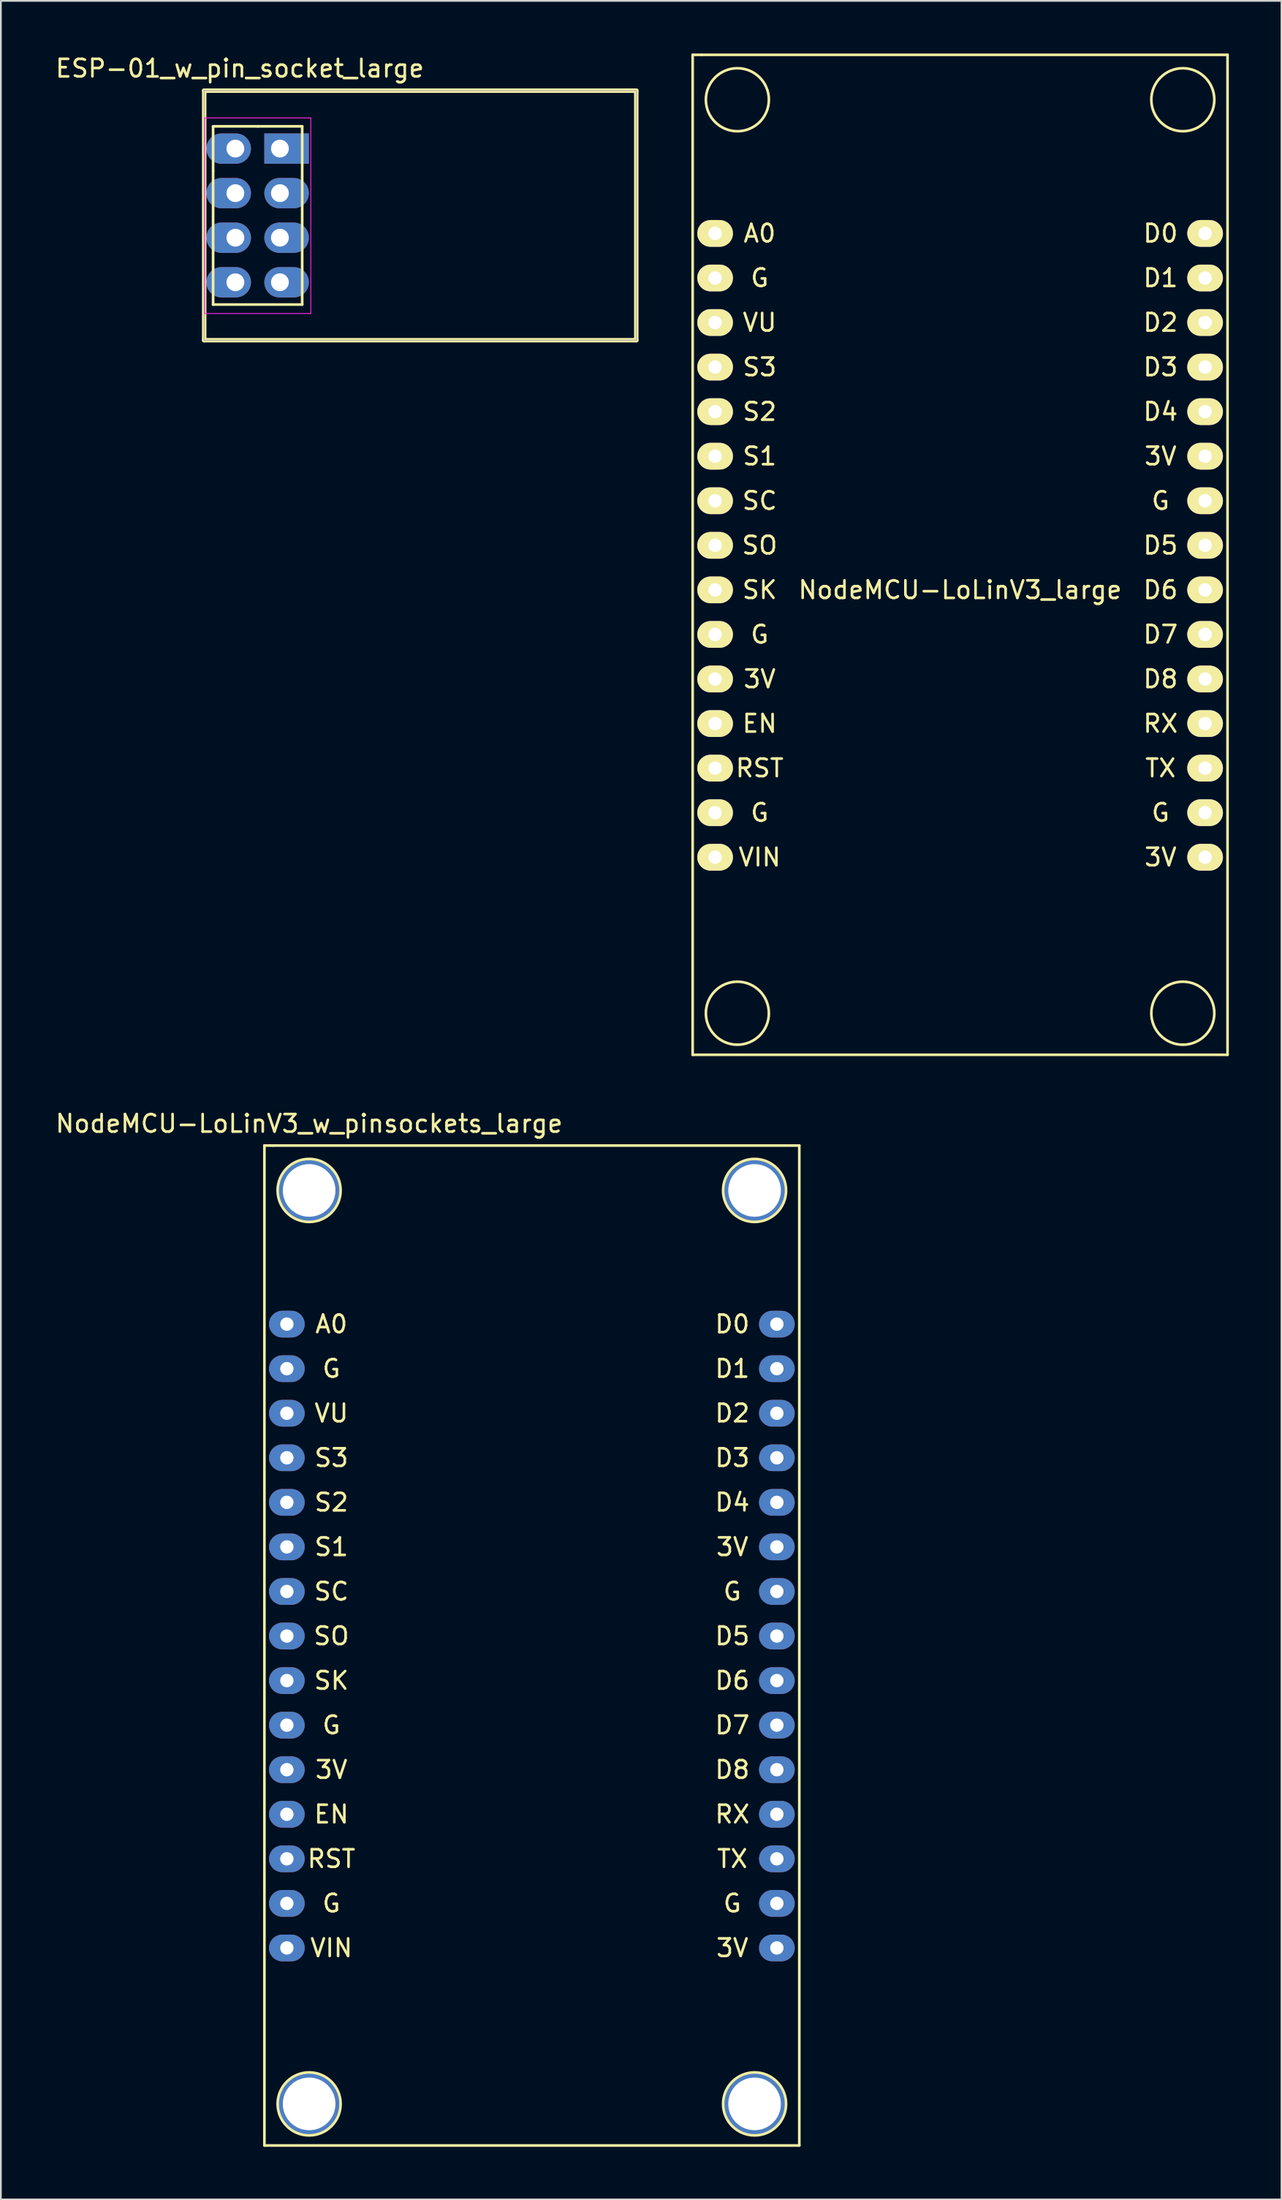
<source format=kicad_pcb>
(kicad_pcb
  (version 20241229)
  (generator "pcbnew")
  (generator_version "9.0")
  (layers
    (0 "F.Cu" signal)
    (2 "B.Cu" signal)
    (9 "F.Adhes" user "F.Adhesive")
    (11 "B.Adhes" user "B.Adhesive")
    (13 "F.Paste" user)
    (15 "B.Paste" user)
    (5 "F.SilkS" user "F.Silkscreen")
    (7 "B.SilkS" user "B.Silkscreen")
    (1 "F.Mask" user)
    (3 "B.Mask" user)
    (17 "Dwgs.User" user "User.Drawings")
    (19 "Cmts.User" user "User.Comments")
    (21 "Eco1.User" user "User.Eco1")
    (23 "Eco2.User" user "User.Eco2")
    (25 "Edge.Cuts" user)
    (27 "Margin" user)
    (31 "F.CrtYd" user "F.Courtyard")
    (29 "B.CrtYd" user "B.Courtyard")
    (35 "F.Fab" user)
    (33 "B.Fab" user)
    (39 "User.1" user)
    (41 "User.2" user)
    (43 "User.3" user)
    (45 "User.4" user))
  (footprint "NodeMCU-LoLinV3_large"
    (layer "F.Cu")
    (at 51.696 30.575)
    (property "Reference" "NodeMCU-LoLinV3_large" (at 0 0 0) (layer "F.SilkS") (effects (font (size 1 1) (thickness 0.15))))
    (attr through_hole)
    (fp_line (start -15.25 -30.5) (end -15.25 26.5) (stroke (width 0.15) (type solid)) (layer "F.SilkS"))
    (fp_line (start -15.25 26.5) (end 15.25 26.5) (stroke (width 0.15) (type solid)) (layer "F.SilkS"))
    (fp_line (start -14.75 -30.5) (end -15.25 -30.5) (stroke (width 0.15) (type solid)) (layer "F.SilkS"))
    (fp_line (start 15.25 -30.5) (end -14.75 -30.5) (stroke (width 0.15) (type solid)) (layer "F.SilkS"))
    (fp_line (start 15.25 26.5) (end 15.25 -30.5) (stroke (width 0.15) (type solid)) (layer "F.SilkS"))
    (fp_circle (center -12.7 -27.94) (end -11.43 -29.21) (stroke (width 0.15) (type solid)) (fill no) (layer "F.SilkS"))
    (fp_circle (center -12.7 24.13) (end -11.43 22.86) (stroke (width 0.15) (type solid)) (fill no) (layer "F.SilkS"))
    (fp_circle (center 12.7 -27.94) (end 13.97 -29.21) (stroke (width 0.15) (type solid)) (fill no) (layer "F.SilkS"))
    (fp_circle (center 12.7 24.13) (end 13.97 22.86) (stroke (width 0.15) (type solid)) (fill no) (layer "F.SilkS"))
    (fp_text user "D0" (at 11.43 -20.32 0) (layer "F.SilkS") (effects (font (size 1 1) (thickness 0.15))))
    (fp_text user "RST" (at -11.43 10.16 0) (layer "F.SilkS") (effects (font (size 1 1) (thickness 0.15))))
    (fp_text user "D2" (at 11.43 -15.24 0) (layer "F.SilkS") (effects (font (size 1 1) (thickness 0.15))))
    (fp_text user "SO" (at -11.43 -2.54 0) (layer "F.SilkS") (effects (font (size 1 1) (thickness 0.15))))
    (fp_text user "G" (at 11.43 12.7 0) (layer "F.SilkS") (effects (font (size 1 1) (thickness 0.15))))
    (fp_text user "VU" (at -11.43 -15.24 0) (layer "F.SilkS") (effects (font (size 1 1) (thickness 0.15))))
    (fp_text user "D8" (at 11.43 5.08 0) (layer "F.SilkS") (effects (font (size 1 1) (thickness 0.15))))
    (fp_text user "VIN" (at -11.43 15.24 0) (layer "F.SilkS") (effects (font (size 1 1) (thickness 0.15))))
    (fp_text user "G" (at -11.43 12.7 0) (layer "F.SilkS") (effects (font (size 1 1) (thickness 0.15))))
    (fp_text user "G" (at 11.43 -5.08 0) (layer "F.SilkS") (effects (font (size 1 1) (thickness 0.15))))
    (fp_text user "3V" (at 11.43 -7.62 0) (layer "F.SilkS") (effects (font (size 1 1) (thickness 0.15))))
    (fp_text user "D1" (at 11.43 -17.78 0) (layer "F.SilkS") (effects (font (size 1 1) (thickness 0.15))))
    (fp_text user "EN" (at -11.43 7.62 0) (layer "F.SilkS") (effects (font (size 1 1) (thickness 0.15))))
    (fp_text user "SC" (at -11.43 -5.08 0) (layer "F.SilkS") (effects (font (size 1 1) (thickness 0.15))))
    (fp_text user "G" (at -11.43 2.54 0) (layer "F.SilkS") (effects (font (size 1 1) (thickness 0.15))))
    (fp_text user "3V" (at 11.43 15.24 0) (layer "F.SilkS") (effects (font (size 1 1) (thickness 0.15))))
    (fp_text user "D7" (at 11.43 2.54 0) (layer "F.SilkS") (effects (font (size 1 1) (thickness 0.15))))
    (fp_text user "SK" (at -11.43 0 0) (layer "F.SilkS") (effects (font (size 1 1) (thickness 0.15))))
    (fp_text user "3V" (at -11.43 5.08 0) (layer "F.SilkS") (effects (font (size 1 1) (thickness 0.15))))
    (fp_text user "TX" (at 11.43 10.16 0) (layer "F.SilkS") (effects (font (size 1 1) (thickness 0.15))))
    (fp_text user "D5" (at 11.43 -2.54 0) (layer "F.SilkS") (effects (font (size 1 1) (thickness 0.15))))
    (fp_text user "S3" (at -11.43 -12.7 0) (layer "F.SilkS") (effects (font (size 1 1) (thickness 0.15))))
    (fp_text user "A0" (at -11.43 -20.32 0) (layer "F.SilkS") (effects (font (size 1 1) (thickness 0.15))))
    (fp_text user "S1" (at -11.43 -7.62 0) (layer "F.SilkS") (effects (font (size 1 1) (thickness 0.15))))
    (fp_text user "D3" (at 11.43 -12.7 0) (layer "F.SilkS") (effects (font (size 1 1) (thickness 0.15))))
    (fp_text user "RX" (at 11.43 7.62 0) (layer "F.SilkS") (effects (font (size 1 1) (thickness 0.15))))
    (fp_text user "S2" (at -11.43 -10.16 0) (layer "F.SilkS") (effects (font (size 1 1) (thickness 0.15))))
    (fp_text user "D4" (at 11.43 -10.16 0) (layer "F.SilkS") (effects (font (size 1 1) (thickness 0.15))))
    (fp_text user "D6" (at 11.43 0 0) (layer "F.SilkS") (effects (font (size 1 1) (thickness 0.15))))
    (fp_text user "G" (at -11.43 -17.78 0) (layer "F.SilkS") (effects (font (size 1 1) (thickness 0.15))))
    (pad "1" thru_hole oval (at -13.97 -20.32) (size 2.032 1.524) (drill 0.762) (layers "*.Cu" "*.Mask" "F.SilkS"))
    (pad "2" thru_hole oval (at -13.97 -17.78) (size 2.032 1.524) (drill 0.762) (layers "*.Cu" "*.Mask" "F.SilkS"))
    (pad "3" thru_hole oval (at -13.97 -15.24) (size 2.032 1.524) (drill 0.762) (layers "*.Cu" "*.Mask" "F.SilkS"))
    (pad "4" thru_hole oval (at -13.97 -12.7) (size 2.032 1.524) (drill 0.762) (layers "*.Cu" "*.Mask" "F.SilkS"))
    (pad "5" thru_hole oval (at -13.97 -10.16) (size 2.032 1.524) (drill 0.762) (layers "*.Cu" "*.Mask" "F.SilkS"))
    (pad "6" thru_hole oval (at -13.97 -7.62) (size 2.032 1.524) (drill 0.762) (layers "*.Cu" "*.Mask" "F.SilkS"))
    (pad "7" thru_hole oval (at -13.97 -5.08) (size 2.032 1.524) (drill 0.762) (layers "*.Cu" "*.Mask" "F.SilkS"))
    (pad "8" thru_hole oval (at -13.97 -2.54) (size 2.032 1.524) (drill 0.762) (layers "*.Cu" "*.Mask" "F.SilkS"))
    (pad "9" thru_hole oval (at -13.97 0) (size 2.032 1.524) (drill 0.762) (layers "*.Cu" "*.Mask" "F.SilkS"))
    (pad "10" thru_hole oval (at -13.97 2.54) (size 2.032 1.524) (drill 0.762) (layers "*.Cu" "*.Mask" "F.SilkS"))
    (pad "11" thru_hole oval (at -13.97 5.08) (size 2.032 1.524) (drill 0.762) (layers "*.Cu" "*.Mask" "F.SilkS"))
    (pad "12" thru_hole oval (at -13.97 7.62) (size 2.032 1.524) (drill 0.762) (layers "*.Cu" "*.Mask" "F.SilkS"))
    (pad "13" thru_hole oval (at -13.97 10.16) (size 2.032 1.524) (drill 0.762) (layers "*.Cu" "*.Mask" "F.SilkS"))
    (pad "14" thru_hole oval (at -13.97 12.7) (size 2.032 1.524) (drill 0.762) (layers "*.Cu" "*.Mask" "F.SilkS"))
    (pad "15" thru_hole oval (at -13.97 15.24) (size 2.032 1.524) (drill 0.762) (layers "*.Cu" "*.Mask" "F.SilkS"))
    (pad "16" thru_hole oval (at 13.97 15.24) (size 2.032 1.524) (drill 0.762) (layers "*.Cu" "*.Mask" "F.SilkS"))
    (pad "17" thru_hole oval (at 13.97 12.7) (size 2.032 1.524) (drill 0.762) (layers "*.Cu" "*.Mask" "F.SilkS"))
    (pad "18" thru_hole oval (at 13.97 10.16) (size 2.032 1.524) (drill 0.762) (layers "*.Cu" "*.Mask" "F.SilkS"))
    (pad "19" thru_hole oval (at 13.97 7.62) (size 2.032 1.524) (drill 0.762) (layers "*.Cu" "*.Mask" "F.SilkS"))
    (pad "20" thru_hole oval (at 13.97 5.08) (size 2.032 1.524) (drill 0.762) (layers "*.Cu" "*.Mask" "F.SilkS"))
    (pad "21" thru_hole oval (at 13.97 2.54) (size 2.032 1.524) (drill 0.762) (layers "*.Cu" "*.Mask" "F.SilkS"))
    (pad "22" thru_hole oval (at 13.97 0) (size 2.032 1.524) (drill 0.762) (layers "*.Cu" "*.Mask" "F.SilkS"))
    (pad "23" thru_hole oval (at 13.97 -2.54) (size 2.032 1.524) (drill 0.762) (layers "*.Cu" "*.Mask" "F.SilkS"))
    (pad "24" thru_hole oval (at 13.97 -5.08) (size 2.032 1.524) (drill 0.762) (layers "*.Cu" "*.Mask" "F.SilkS"))
    (pad "25" thru_hole oval (at 13.97 -7.62) (size 2.032 1.524) (drill 0.762) (layers "*.Cu" "*.Mask" "F.SilkS"))
    (pad "26" thru_hole oval (at 13.97 -10.16) (size 2.032 1.524) (drill 0.762) (layers "*.Cu" "*.Mask" "F.SilkS"))
    (pad "27" thru_hole oval (at 13.97 -12.7) (size 2.032 1.524) (drill 0.762) (layers "*.Cu" "*.Mask" "F.SilkS"))
    (pad "28" thru_hole oval (at 13.97 -15.24) (size 2.032 1.524) (drill 0.762) (layers "*.Cu" "*.Mask" "F.SilkS"))
    (pad "29" thru_hole oval (at 13.97 -17.78) (size 2.032 1.524) (drill 0.762) (layers "*.Cu" "*.Mask" "F.SilkS"))
    (pad "30" thru_hole oval (at 13.97 -20.32) (size 2.032 1.524) (drill 0.762) (layers "*.Cu" "*.Mask" "F.SilkS")))
  (footprint "NodeMCU-LoLinV3_w_pinsockets_large"
    (layer "F.Cu")
    (at 13.307 72.428)
    (property "Reference" "NodeMCU-LoLinV3_w_pinsockets_large" (at 1.27 -11.43 0) (layer "F.SilkS") (effects (font (size 1 1) (thickness 0.15))))
    (attr through_hole)
    (fp_line (start -1.28 -10.18) (end -1.28 46.82) (stroke (width 0.15) (type solid)) (layer "F.SilkS"))
    (fp_line (start -1.28 46.82) (end 29.22 46.82) (stroke (width 0.15) (type solid)) (layer "F.SilkS"))
    (fp_line (start -0.78 -10.18) (end -1.28 -10.18) (stroke (width 0.15) (type solid)) (layer "F.SilkS"))
    (fp_line (start 29.22 -10.18) (end -0.78 -10.18) (stroke (width 0.15) (type solid)) (layer "F.SilkS"))
    (fp_line (start 29.22 46.82) (end 29.22 -10.18) (stroke (width 0.15) (type solid)) (layer "F.SilkS"))
    (fp_circle (center 1.27 -7.62) (end 2.54 -8.89) (stroke (width 0.15) (type solid)) (fill no) (layer "F.SilkS"))
    (fp_circle (center 1.27 44.45) (end 2.54 43.18) (stroke (width 0.15) (type solid)) (fill no) (layer "F.SilkS"))
    (fp_circle (center 26.67 -7.62) (end 27.94 -8.89) (stroke (width 0.15) (type solid)) (fill no) (layer "F.SilkS"))
    (fp_circle (center 26.67 44.45) (end 27.94 43.18) (stroke (width 0.15) (type solid)) (fill no) (layer "F.SilkS"))
    (fp_text user "G" (at 25.4 15.24 0) (layer "F.SilkS") (effects (font (size 1 1) (thickness 0.15))))
    (fp_text user "EN" (at 2.54 27.94 0) (layer "F.SilkS") (effects (font (size 1 1) (thickness 0.15))))
    (fp_text user "D5" (at 25.4 17.78 0) (layer "F.SilkS") (effects (font (size 1 1) (thickness 0.15))))
    (fp_text user "D4" (at 25.4 10.16 0) (layer "F.SilkS") (effects (font (size 1 1) (thickness 0.15))))
    (fp_text user "D7" (at 25.4 22.86 0) (layer "F.SilkS") (effects (font (size 1 1) (thickness 0.15))))
    (fp_text user "3V" (at 25.4 35.56 0) (layer "F.SilkS") (effects (font (size 1 1) (thickness 0.15))))
    (fp_text user "G" (at 25.4 33.02 0) (layer "F.SilkS") (effects (font (size 1 1) (thickness 0.15))))
    (fp_text user "D8" (at 25.4 25.4 0) (layer "F.SilkS") (effects (font (size 1 1) (thickness 0.15))))
    (fp_text user "S2" (at 2.54 10.16 0) (layer "F.SilkS") (effects (font (size 1 1) (thickness 0.15))))
    (fp_text user "D3" (at 25.4 7.62 0) (layer "F.SilkS") (effects (font (size 1 1) (thickness 0.15))))
    (fp_text user "S3" (at 2.54 7.62 0) (layer "F.SilkS") (effects (font (size 1 1) (thickness 0.15))))
    (fp_text user "RST" (at 2.54 30.48 0) (layer "F.SilkS") (effects (font (size 1 1) (thickness 0.15))))
    (fp_text user "3V" (at 2.54 25.4 0) (layer "F.SilkS") (effects (font (size 1 1) (thickness 0.15))))
    (fp_text user "D6" (at 25.4 20.32 0) (layer "F.SilkS") (effects (font (size 1 1) (thickness 0.15))))
    (fp_text user "VU" (at 2.54 5.08 0) (layer "F.SilkS") (effects (font (size 1 1) (thickness 0.15))))
    (fp_text user "D1" (at 25.4 2.54 0) (layer "F.SilkS") (effects (font (size 1 1) (thickness 0.15))))
    (fp_text user "G" (at 2.54 22.86 0) (layer "F.SilkS") (effects (font (size 1 1) (thickness 0.15))))
    (fp_text user "SK" (at 2.54 20.32 0) (layer "F.SilkS") (effects (font (size 1 1) (thickness 0.15))))
    (fp_text user "SO" (at 2.54 17.78 0) (layer "F.SilkS") (effects (font (size 1 1) (thickness 0.15))))
    (fp_text user "S1" (at 2.54 12.7 0) (layer "F.SilkS") (effects (font (size 1 1) (thickness 0.15))))
    (fp_text user "VIN" (at 2.54 35.56 0) (layer "F.SilkS") (effects (font (size 1 1) (thickness 0.15))))
    (fp_text user "A0" (at 2.54 0 0) (layer "F.SilkS") (effects (font (size 1 1) (thickness 0.15))))
    (fp_text user "SC" (at 2.54 15.24 0) (layer "F.SilkS") (effects (font (size 1 1) (thickness 0.15))))
    (fp_text user "TX" (at 25.4 30.48 0) (layer "F.SilkS") (effects (font (size 1 1) (thickness 0.15))))
    (fp_text user "D2" (at 25.4 5.08 0) (layer "F.SilkS") (effects (font (size 1 1) (thickness 0.15))))
    (fp_text user "G" (at 2.54 2.54 0) (layer "F.SilkS") (effects (font (size 1 1) (thickness 0.15))))
    (fp_text user "3V" (at 25.4 12.7 0) (layer "F.SilkS") (effects (font (size 1 1) (thickness 0.15))))
    (fp_text user "D0" (at 25.4 0 0) (layer "F.SilkS") (effects (font (size 1 1) (thickness 0.15))))
    (fp_text user "RX" (at 25.4 27.94 0) (layer "F.SilkS") (effects (font (size 1 1) (thickness 0.15))))
    (fp_text user "G" (at 2.54 33.02 0) (layer "F.SilkS") (effects (font (size 1 1) (thickness 0.15))))
    (pad "" np_thru_hole circle (at 1.27 -7.62) (size 3.5 3.5) (drill 3) (layers "*.Cu" "*.Mask"))
    (pad "" np_thru_hole circle (at 1.27 44.45) (size 3.5 3.5) (drill 3) (layers "*.Cu" "*.Mask"))
    (pad "" np_thru_hole circle (at 26.67 -7.62) (size 3.5 3.5) (drill 3) (layers "*.Cu" "*.Mask"))
    (pad "" np_thru_hole circle (at 26.67 44.45) (size 3.5 3.5) (drill 3) (layers "*.Cu" "*.Mask"))
    (pad "1" thru_hole oval (at 0 0) (size 2.032 1.524) (drill 0.762) (layers "*.Cu" "*.Mask"))
    (pad "2" thru_hole oval (at 0 2.54) (size 2.032 1.524) (drill 0.762) (layers "*.Cu" "*.Mask"))
    (pad "3" thru_hole oval (at 0 5.08) (size 2.032 1.524) (drill 0.762) (layers "*.Cu" "*.Mask"))
    (pad "4" thru_hole oval (at 0 7.62) (size 2.032 1.524) (drill 0.762) (layers "*.Cu" "*.Mask"))
    (pad "5" thru_hole oval (at 0 10.16) (size 2.032 1.524) (drill 0.762) (layers "*.Cu" "*.Mask"))
    (pad "6" thru_hole oval (at 0 12.7) (size 2.032 1.524) (drill 0.762) (layers "*.Cu" "*.Mask"))
    (pad "7" thru_hole oval (at 0 15.24) (size 2.032 1.524) (drill 0.762) (layers "*.Cu" "*.Mask"))
    (pad "8" thru_hole oval (at 0 17.78) (size 2.032 1.524) (drill 0.762) (layers "*.Cu" "*.Mask"))
    (pad "9" thru_hole oval (at 0 20.32) (size 2.032 1.524) (drill 0.762) (layers "*.Cu" "*.Mask"))
    (pad "10" thru_hole oval (at 0 22.86) (size 2.032 1.524) (drill 0.762) (layers "*.Cu" "*.Mask"))
    (pad "11" thru_hole oval (at 0 25.4) (size 2.032 1.524) (drill 0.762) (layers "*.Cu" "*.Mask"))
    (pad "12" thru_hole oval (at 0 27.94) (size 2.032 1.524) (drill 0.762) (layers "*.Cu" "*.Mask"))
    (pad "13" thru_hole oval (at 0 30.48) (size 2.032 1.524) (drill 0.762) (layers "*.Cu" "*.Mask"))
    (pad "14" thru_hole oval (at 0 33.02) (size 2.032 1.524) (drill 0.762) (layers "*.Cu" "*.Mask"))
    (pad "15" thru_hole oval (at 0 35.56) (size 2.032 1.524) (drill 0.762) (layers "*.Cu" "*.Mask"))
    (pad "16" thru_hole oval (at 27.94 35.56) (size 2.032 1.524) (drill 0.762) (layers "*.Cu" "*.Mask"))
    (pad "17" thru_hole oval (at 27.94 33.02) (size 2.032 1.524) (drill 0.762) (layers "*.Cu" "*.Mask"))
    (pad "18" thru_hole oval (at 27.94 30.48) (size 2.032 1.524) (drill 0.762) (layers "*.Cu" "*.Mask"))
    (pad "19" thru_hole oval (at 27.94 27.94) (size 2.032 1.524) (drill 0.762) (layers "*.Cu" "*.Mask"))
    (pad "20" thru_hole oval (at 27.94 25.4) (size 2.032 1.524) (drill 0.762) (layers "*.Cu" "*.Mask"))
    (pad "21" thru_hole oval (at 27.94 22.86) (size 2.032 1.524) (drill 0.762) (layers "*.Cu" "*.Mask"))
    (pad "22" thru_hole oval (at 27.94 20.32) (size 2.032 1.524) (drill 0.762) (layers "*.Cu" "*.Mask"))
    (pad "23" thru_hole oval (at 27.94 17.78) (size 2.032 1.524) (drill 0.762) (layers "*.Cu" "*.Mask"))
    (pad "24" thru_hole oval (at 27.94 15.24) (size 2.032 1.524) (drill 0.762) (layers "*.Cu" "*.Mask"))
    (pad "25" thru_hole oval (at 27.94 12.7) (size 2.032 1.524) (drill 0.762) (layers "*.Cu" "*.Mask"))
    (pad "26" thru_hole oval (at 27.94 10.16) (size 2.032 1.524) (drill 0.762) (layers "*.Cu" "*.Mask"))
    (pad "27" thru_hole oval (at 27.94 7.62) (size 2.032 1.524) (drill 0.762) (layers "*.Cu" "*.Mask"))
    (pad "28" thru_hole oval (at 27.94 5.08) (size 2.032 1.524) (drill 0.762) (layers "*.Cu" "*.Mask"))
    (pad "29" thru_hole oval (at 27.94 2.54) (size 2.032 1.524) (drill 0.762) (layers "*.Cu" "*.Mask"))
    (pad "30" thru_hole oval (at 27.94 0) (size 2.032 1.524) (drill 0.762) (layers "*.Cu" "*.Mask")))
  (footprint "ESP-01_w_pin_socket_large"
    (layer "F.Cu")
    (at 10.371 5.42)
    (property "Reference" "ESP-01_w_pin_socket_large" (at 0.254 -4.572 0) (layer "F.SilkS") (effects (font (size 1 1) (thickness 0.15))))
    (attr through_hole)
    (fp_line (start -1.778 -3.302) (end 22.86 -3.302) (stroke (width 0.254) (type solid)) (layer "F.SilkS"))
    (fp_line (start -1.778 10.922) (end -1.778 -3.302) (stroke (width 0.254) (type solid)) (layer "F.SilkS"))
    (fp_line (start -1.27 -1.27) (end -1.27 1.27) (stroke (width 0.152) (type solid)) (layer "F.SilkS"))
    (fp_line (start -1.27 1.27) (end -1.27 8.89) (stroke (width 0.152) (type solid)) (layer "F.SilkS"))
    (fp_line (start -1.27 8.89) (end 3.81 8.89) (stroke (width 0.152) (type solid)) (layer "F.SilkS"))
    (fp_line (start 1.27 -1.27) (end -1.27 -1.27) (stroke (width 0.152) (type solid)) (layer "F.SilkS"))
    (fp_line (start 3.81 -1.27) (end 1.27 -1.27) (stroke (width 0.152) (type solid)) (layer "F.SilkS"))
    (fp_line (start 3.81 8.89) (end 3.81 -1.27) (stroke (width 0.152) (type solid)) (layer "F.SilkS"))
    (fp_line (start 22.86 -3.302) (end 22.86 10.922) (stroke (width 0.254) (type solid)) (layer "F.SilkS"))
    (fp_line (start 22.86 10.922) (end -1.778 10.922) (stroke (width 0.254) (type solid)) (layer "F.SilkS"))
    (fp_line (start -1.75 -1.75) (end -1.75 9.4) (stroke (width 0.05) (type solid)) (layer "F.CrtYd"))
    (fp_line (start -1.75 -1.75) (end 4.3 -1.75) (stroke (width 0.05) (type solid)) (layer "F.CrtYd"))
    (fp_line (start -1.75 9.4) (end 4.3 9.4) (stroke (width 0.05) (type solid)) (layer "F.CrtYd"))
    (fp_line (start 4.3 -1.75) (end 4.3 9.4) (stroke (width 0.05) (type solid)) (layer "F.CrtYd"))
    (fp_line (start -1.778 -3.302) (end 22.86 -3.302) (stroke (width 0.05) (type solid)) (layer "F.Fab"))
    (fp_line (start -1.778 10.922) (end -1.778 -3.302) (stroke (width 0.05) (type solid)) (layer "F.Fab"))
    (fp_line (start 22.86 -3.302) (end 22.86 10.922) (stroke (width 0.05) (type solid)) (layer "F.Fab"))
    (fp_line (start 22.86 10.922) (end -1.778 10.922) (stroke (width 0.05) (type solid)) (layer "F.Fab"))
    (pad "1" thru_hole rect (at 2.54 0) (size 2.54 1.727) (drill 1.016 (offset 0.381 0)) (layers "*.Cu" "*.Mask"))
    (pad "2" thru_hole oval (at 0 0) (size 2.54 1.727) (drill 1.016 (offset -0.381 0)) (layers "*.Cu" "*.Mask"))
    (pad "3" thru_hole oval (at 2.54 2.54) (size 2.54 1.727) (drill 1.016 (offset 0.381 0)) (layers "*.Cu" "*.Mask"))
    (pad "4" thru_hole oval (at 0 2.54) (size 2.54 1.727) (drill 1.016 (offset -0.381 0)) (layers "*.Cu" "*.Mask"))
    (pad "5" thru_hole oval (at 2.54 5.08) (size 2.54 1.727) (drill 1.016 (offset 0.381 0)) (layers "*.Cu" "*.Mask"))
    (pad "6" thru_hole oval (at 0 5.08) (size 2.54 1.727) (drill 1.016 (offset -0.381 0)) (layers "*.Cu" "*.Mask"))
    (pad "7" thru_hole oval (at 2.54 7.62) (size 2.54 1.727) (drill 1.016 (offset 0.381 0)) (layers "*.Cu" "*.Mask"))
    (pad "8" thru_hole oval (at 0 7.62) (size 2.54 1.727) (drill 1.016 (offset -0.381 0)) (layers "*.Cu" "*.Mask"))
    (zone (net_name "") (layers "F.Cu" "B.Cu") (hatch edge 0.508) (connect_pads) (min_thickness 0.254) (filled_areas_thickness no) (keepout (tracks not_allowed) (vias not_allowed) (pads not_allowed) (copperpour allowed) (footprints allowed)) (placement (enabled no)) (fill) (polygon (pts (xy 33.371 16.42) (xy 22.871 16.42) (xy 22.871 1.92) (xy 33.371 1.92)))))
  (gr_rect
    (start -3 -3)
    (end 70.021 122.323)
    (stroke (width 0.1) (type default))
    (fill no)
    (layer "Edge.Cuts")))
</source>
